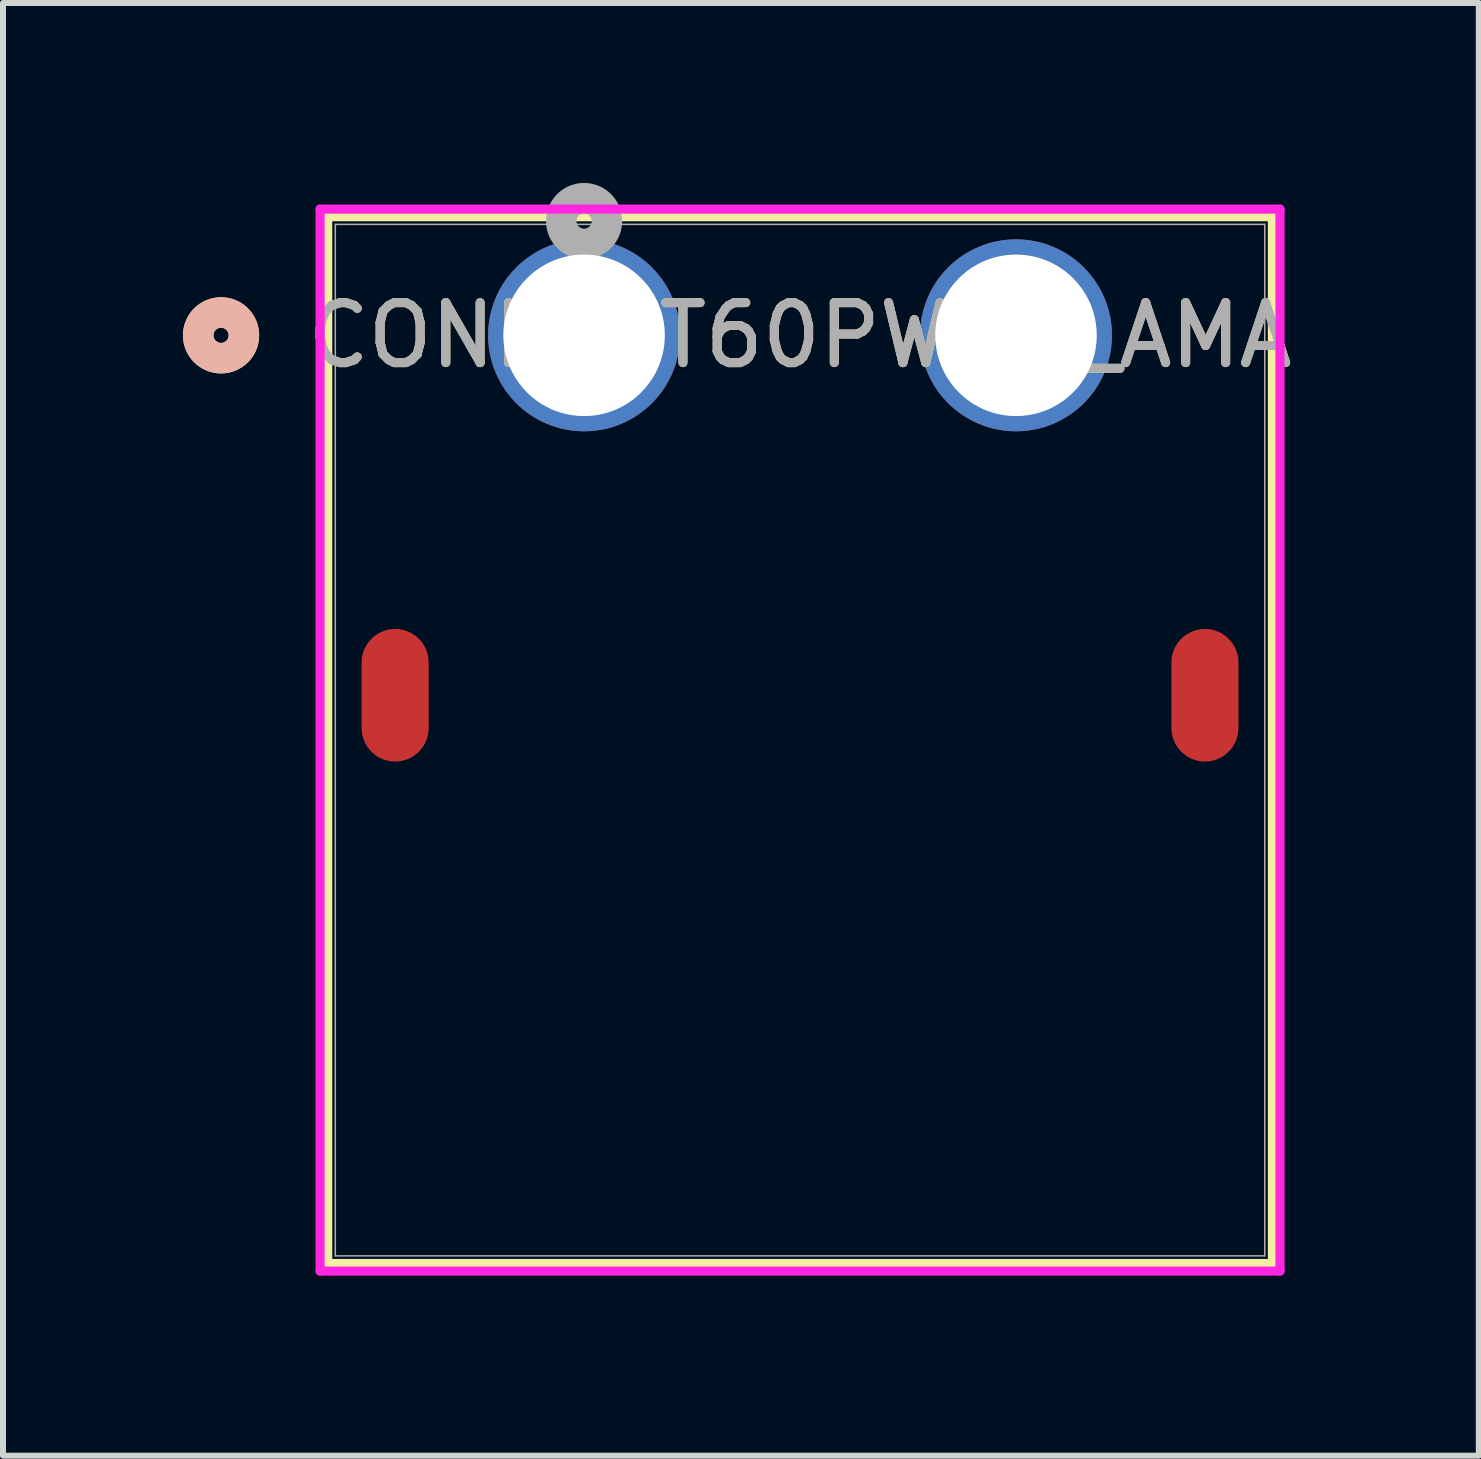
<source format=kicad_pcb>
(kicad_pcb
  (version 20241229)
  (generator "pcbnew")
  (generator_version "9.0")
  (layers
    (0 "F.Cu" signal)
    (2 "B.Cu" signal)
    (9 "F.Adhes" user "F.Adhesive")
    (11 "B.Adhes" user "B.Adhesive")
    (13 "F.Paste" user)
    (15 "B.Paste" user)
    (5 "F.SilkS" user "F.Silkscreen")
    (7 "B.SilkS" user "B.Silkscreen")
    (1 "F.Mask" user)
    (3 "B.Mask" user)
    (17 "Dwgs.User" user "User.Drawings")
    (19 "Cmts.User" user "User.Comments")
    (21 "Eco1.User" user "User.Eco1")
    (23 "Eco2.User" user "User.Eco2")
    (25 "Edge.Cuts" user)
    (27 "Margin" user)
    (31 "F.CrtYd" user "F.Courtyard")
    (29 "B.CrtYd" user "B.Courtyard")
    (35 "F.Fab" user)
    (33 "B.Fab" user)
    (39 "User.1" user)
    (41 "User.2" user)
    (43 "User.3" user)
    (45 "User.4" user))
  (footprint "CONN_XT60PW-F_AMA"
    (layer "F.Cu")
    (at 6.687 2.54)
    (property "Reference" "CONN_XT60PW-F_AMA" (at 3.6 0 0) (unlocked yes) (layer "F.SilkS") (effects (font (size 1 1) (thickness 0.15))))
    (fp_line (start -4.274 -1.977) (end -4.274 15.473) (stroke (width 0.152) (type solid)) (layer "F.SilkS"))
    (fp_line (start -4.274 15.473) (end 11.474 15.473) (stroke (width 0.152) (type solid)) (layer "F.SilkS"))
    (fp_line (start 11.474 -1.977) (end -4.274 -1.977) (stroke (width 0.152) (type solid)) (layer "F.SilkS"))
    (fp_line (start 11.474 15.473) (end 11.474 -1.977) (stroke (width 0.152) (type solid)) (layer "F.SilkS"))
    (fp_circle (center -6.052 0) (end -5.671 0) (stroke (width 0.508) (type solid)) (fill no) (layer "F.SilkS"))
    (fp_circle (center -6.052 0) (end -5.671 0) (stroke (width 0.508) (type solid)) (fill no) (layer "B.SilkS"))
    (fp_line (start -4.401 -2.104) (end -4.401 15.6) (stroke (width 0.152) (type solid)) (layer "F.CrtYd"))
    (fp_line (start -4.401 15.6) (end 11.601 15.6) (stroke (width 0.152) (type solid)) (layer "F.CrtYd"))
    (fp_line (start 11.601 -2.104) (end -4.401 -2.104) (stroke (width 0.152) (type solid)) (layer "F.CrtYd"))
    (fp_line (start 11.601 15.6) (end 11.601 -2.104) (stroke (width 0.152) (type solid)) (layer "F.CrtYd"))
    (fp_line (start -4.147 -1.85) (end -4.147 15.346) (stroke (width 0.025) (type solid)) (layer "F.Fab"))
    (fp_line (start -4.147 15.346) (end 11.347 15.346) (stroke (width 0.025) (type solid)) (layer "F.Fab"))
    (fp_line (start 11.347 -1.85) (end -4.147 -1.85) (stroke (width 0.025) (type solid)) (layer "F.Fab"))
    (fp_line (start 11.347 15.346) (end 11.347 -1.85) (stroke (width 0.025) (type solid)) (layer "F.Fab"))
    (fp_circle (center 0 -1.905) (end 0.381 -1.905) (stroke (width 0.508) (type solid)) (fill no) (layer "F.Fab"))
    (fp_text user "${REFERENCE}" (at 3.6 0 0) (unlocked yes) (layer "F.Fab") (effects (font (size 1 1) (thickness 0.15))))
    (pad "1" thru_hole circle (at 0 0) (size 3.2 3.2) (drill 2.692) (layers "*.Cu" "*.Mask"))
    (pad "2" thru_hole circle (at 7.2 0) (size 3.2 3.2) (drill 2.692) (layers "*.Cu" "*.Mask"))
    (pad "3" smd oval (at -3.15 6) (size 1.118 2.21) (layers "F.Cu" "F.Mask" "F.Paste"))
    (pad "4" smd oval (at 10.35 6) (size 1.118 2.21) (layers "F.Cu" "F.Mask" "F.Paste")))
  (gr_rect
    (start -3 -3)
    (end 21.602 21.216)
    (stroke (width 0.1) (type default))
    (fill no)
    (layer "Edge.Cuts")))
</source>
